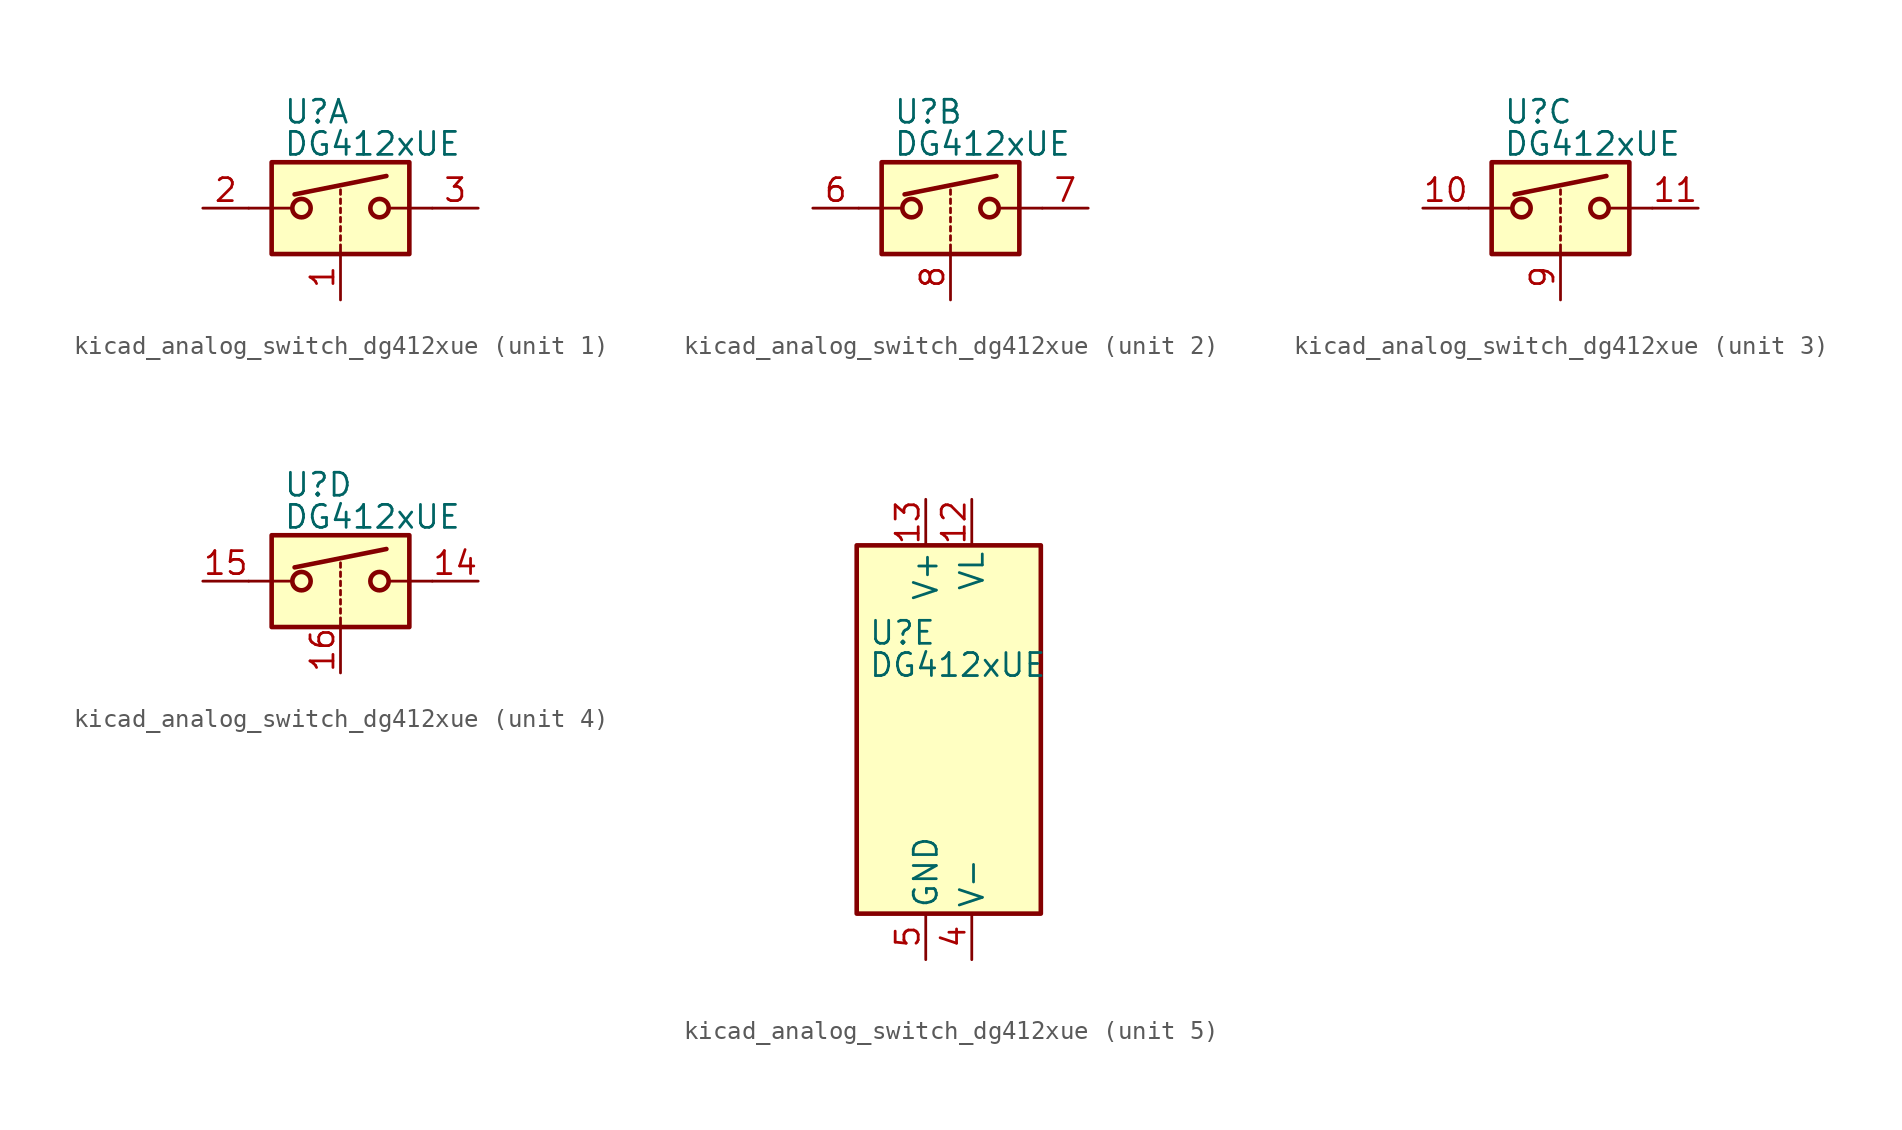
<source format=kicad_sym>
(kicad_symbol_lib
  (version 20220914)
  (generator kicad_symbol_editor)
  (symbol "kicad_analog_switch_dg412xue"
    (pin_names
      (offset 0.254))
    (property "Reference" "U"
      (at -3.175 5.334 0)
      (effects (font (size 1.27 1.27)) (justify left)))
    (property "Value" "DG412xUE"
      (at -3.175 3.556 0)
      (effects (font (size 1.27 1.27)) (justify left)))
    (symbol "kicad_analog_switch_dg412xue_1_1"
      (rectangle (start -3.81 2.54) (end 3.81 -2.54) (stroke (width 0.254) (type default)) (fill (type background)))
      (circle (center -2.159 0) (radius 0.508) (stroke (width 0.254) (type default)) (fill (type none)))
      (polyline (pts (xy -5.08 0) (xy -2.794 0)) (stroke (width 0) (type default)) (fill (type none)))
      (polyline (pts (xy -2.54 0.762) (xy 2.54 1.778)) (stroke (width 0.254) (type default)) (fill (type none)))
      (polyline (pts (xy 0 -2.54) (xy 0 -2.032)) (stroke (width 0) (type default)) (fill (type none)))
      (polyline (pts (xy 0 -1.778) (xy 0 -1.524)) (stroke (width 0) (type default)) (fill (type none)))
      (polyline (pts (xy 0 -1.27) (xy 0 -1.016)) (stroke (width 0) (type default)) (fill (type none)))
      (polyline (pts (xy 0 -0.762) (xy 0 -0.508)) (stroke (width 0) (type default)) (fill (type none)))
      (polyline (pts (xy 0 -0.254) (xy 0 0)) (stroke (width 0) (type default)) (fill (type none)))
      (polyline (pts (xy 0 0.254) (xy 0 0.508)) (stroke (width 0) (type default)) (fill (type none)))
      (polyline (pts (xy 0 0.762) (xy 0 1.016)) (stroke (width 0) (type default)) (fill (type none)))
      (polyline (pts (xy 5.08 0) (xy 2.794 0)) (stroke (width 0) (type default)) (fill (type none)))
      (circle (center 2.159 0) (radius 0.508) (stroke (width 0.254) (type default)) (fill (type none)))
      (pin input line (at 0 -5.08 90) (length 2.54) (name "~" (effects (font (size 1.27 1.27)))) (number "1" (effects (font (size 1.27 1.27)))))
      (pin passive line (at -7.62 0 0) (length 2.54) (name "~" (effects (font (size 1.27 1.27)))) (number "2" (effects (font (size 1.27 1.27)))))
      (pin passive line (at 7.62 0 180) (length 2.54) (name "~" (effects (font (size 1.27 1.27)))) (number "3" (effects (font (size 1.27 1.27))))))
    (symbol "kicad_analog_switch_dg412xue_2_1"
      (rectangle (start -3.81 2.54) (end 3.81 -2.54) (stroke (width 0.254) (type default)) (fill (type background)))
      (circle (center -2.159 0) (radius 0.508) (stroke (width 0.254) (type default)) (fill (type none)))
      (polyline (pts (xy -5.08 0) (xy -2.794 0)) (stroke (width 0) (type default)) (fill (type none)))
      (polyline (pts (xy -2.54 0.762) (xy 2.54 1.778)) (stroke (width 0.254) (type default)) (fill (type none)))
      (polyline (pts (xy 0 -2.54) (xy 0 -2.032)) (stroke (width 0) (type default)) (fill (type none)))
      (polyline (pts (xy 0 -1.778) (xy 0 -1.524)) (stroke (width 0) (type default)) (fill (type none)))
      (polyline (pts (xy 0 -1.27) (xy 0 -1.016)) (stroke (width 0) (type default)) (fill (type none)))
      (polyline (pts (xy 0 -0.762) (xy 0 -0.508)) (stroke (width 0) (type default)) (fill (type none)))
      (polyline (pts (xy 0 -0.254) (xy 0 0)) (stroke (width 0) (type default)) (fill (type none)))
      (polyline (pts (xy 0 0.254) (xy 0 0.508)) (stroke (width 0) (type default)) (fill (type none)))
      (polyline (pts (xy 0 0.762) (xy 0 1.016)) (stroke (width 0) (type default)) (fill (type none)))
      (polyline (pts (xy 5.08 0) (xy 2.794 0)) (stroke (width 0) (type default)) (fill (type none)))
      (circle (center 2.159 0) (radius 0.508) (stroke (width 0.254) (type default)) (fill (type none)))
      (pin passive line (at -7.62 0 0) (length 2.54) (name "~" (effects (font (size 1.27 1.27)))) (number "6" (effects (font (size 1.27 1.27)))))
      (pin passive line (at 7.62 0 180) (length 2.54) (name "~" (effects (font (size 1.27 1.27)))) (number "7" (effects (font (size 1.27 1.27)))))
      (pin input line (at 0 -5.08 90) (length 2.54) (name "~" (effects (font (size 1.27 1.27)))) (number "8" (effects (font (size 1.27 1.27))))))
    (symbol "kicad_analog_switch_dg412xue_3_1"
      (rectangle (start -3.81 2.54) (end 3.81 -2.54) (stroke (width 0.254) (type default)) (fill (type background)))
      (circle (center -2.159 0) (radius 0.508) (stroke (width 0.254) (type default)) (fill (type none)))
      (polyline (pts (xy -5.08 0) (xy -2.794 0)) (stroke (width 0) (type default)) (fill (type none)))
      (polyline (pts (xy -2.54 0.762) (xy 2.54 1.778)) (stroke (width 0.254) (type default)) (fill (type none)))
      (polyline (pts (xy 0 -2.54) (xy 0 -2.032)) (stroke (width 0) (type default)) (fill (type none)))
      (polyline (pts (xy 0 -1.778) (xy 0 -1.524)) (stroke (width 0) (type default)) (fill (type none)))
      (polyline (pts (xy 0 -1.27) (xy 0 -1.016)) (stroke (width 0) (type default)) (fill (type none)))
      (polyline (pts (xy 0 -0.762) (xy 0 -0.508)) (stroke (width 0) (type default)) (fill (type none)))
      (polyline (pts (xy 0 -0.254) (xy 0 0)) (stroke (width 0) (type default)) (fill (type none)))
      (polyline (pts (xy 0 0.254) (xy 0 0.508)) (stroke (width 0) (type default)) (fill (type none)))
      (polyline (pts (xy 0 0.762) (xy 0 1.016)) (stroke (width 0) (type default)) (fill (type none)))
      (polyline (pts (xy 5.08 0) (xy 2.794 0)) (stroke (width 0) (type default)) (fill (type none)))
      (circle (center 2.159 0) (radius 0.508) (stroke (width 0.254) (type default)) (fill (type none)))
      (pin passive line (at -7.62 0 0) (length 2.54) (name "~" (effects (font (size 1.27 1.27)))) (number "10" (effects (font (size 1.27 1.27)))))
      (pin passive line (at 7.62 0 180) (length 2.54) (name "~" (effects (font (size 1.27 1.27)))) (number "11" (effects (font (size 1.27 1.27)))))
      (pin input line (at 0 -5.08 90) (length 2.54) (name "~" (effects (font (size 1.27 1.27)))) (number "9" (effects (font (size 1.27 1.27))))))
    (symbol "kicad_analog_switch_dg412xue_4_1"
      (rectangle (start -3.81 2.54) (end 3.81 -2.54) (stroke (width 0.254) (type default)) (fill (type background)))
      (circle (center -2.159 0) (radius 0.508) (stroke (width 0.254) (type default)) (fill (type none)))
      (polyline (pts (xy -5.08 0) (xy -2.794 0)) (stroke (width 0) (type default)) (fill (type none)))
      (polyline (pts (xy -2.54 0.762) (xy 2.54 1.778)) (stroke (width 0.254) (type default)) (fill (type none)))
      (polyline (pts (xy 0 -2.54) (xy 0 -2.032)) (stroke (width 0) (type default)) (fill (type none)))
      (polyline (pts (xy 0 -1.778) (xy 0 -1.524)) (stroke (width 0) (type default)) (fill (type none)))
      (polyline (pts (xy 0 -1.27) (xy 0 -1.016)) (stroke (width 0) (type default)) (fill (type none)))
      (polyline (pts (xy 0 -0.762) (xy 0 -0.508)) (stroke (width 0) (type default)) (fill (type none)))
      (polyline (pts (xy 0 -0.254) (xy 0 0)) (stroke (width 0) (type default)) (fill (type none)))
      (polyline (pts (xy 0 0.254) (xy 0 0.508)) (stroke (width 0) (type default)) (fill (type none)))
      (polyline (pts (xy 0 0.762) (xy 0 1.016)) (stroke (width 0) (type default)) (fill (type none)))
      (polyline (pts (xy 5.08 0) (xy 2.794 0)) (stroke (width 0) (type default)) (fill (type none)))
      (circle (center 2.159 0) (radius 0.508) (stroke (width 0.254) (type default)) (fill (type none)))
      (pin passive line (at 7.62 0 180) (length 2.54) (name "~" (effects (font (size 1.27 1.27)))) (number "14" (effects (font (size 1.27 1.27)))))
      (pin passive line (at -7.62 0 0) (length 2.54) (name "~" (effects (font (size 1.27 1.27)))) (number "15" (effects (font (size 1.27 1.27)))))
      (pin input line (at 0 -5.08 90) (length 2.54) (name "~" (effects (font (size 1.27 1.27)))) (number "16" (effects (font (size 1.27 1.27))))))
    (symbol "kicad_analog_switch_dg412xue_5_0"
      (pin power_in line (at 2.54 12.7 270) (length 2.54) (name "VL" (effects (font (size 1.27 1.27)))) (number "12" (effects (font (size 1.27 1.27)))))
      (pin power_in line (at 0 12.7 270) (length 2.54) (name "V+" (effects (font (size 1.27 1.27)))) (number "13" (effects (font (size 1.27 1.27)))))
      (pin power_in line (at 2.54 -12.7 90) (length 2.54) (name "V-" (effects (font (size 1.27 1.27)))) (number "4" (effects (font (size 1.27 1.27)))))
      (pin power_in line (at 0 -12.7 90) (length 2.54) (name "GND" (effects (font (size 1.27 1.27)))) (number "5" (effects (font (size 1.27 1.27))))))
    (symbol "kicad_analog_switch_dg412xue_5_1"
      (rectangle (start -3.81 10.16) (end 6.35 -10.16) (stroke (width 0.254) (type default)) (fill (type background))))))
</source>
